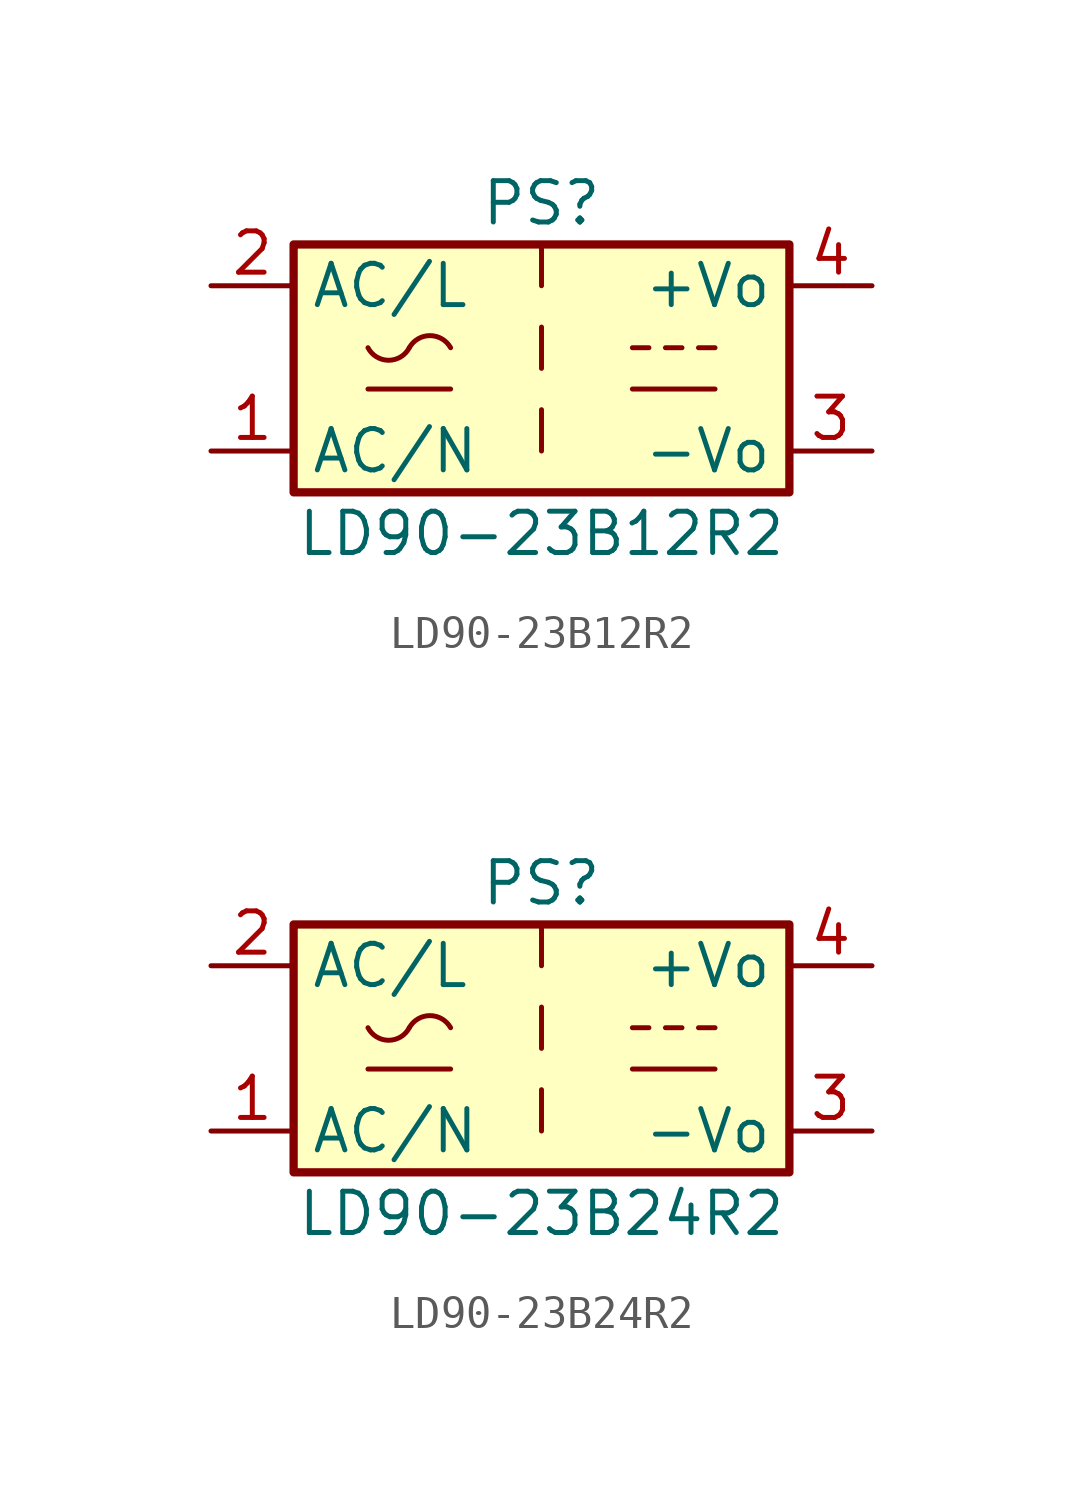
<source format=kicad_sym>
(kicad_symbol_lib
  (version 20211014)
  (generator kicad_symbol_editor)
  (symbol "LD90-23B12R2"
    (property "Reference" "PS"
      (at 0 5.08 0)
      (effects (font (size 1.27 1.27))))
    (property "Value" "LD90-23B12R2"
      (at 0 -5.08 0)
      (effects (font (size 1.27 1.27))))
    (symbol "LD90-23B12R2_0_1"
      (rectangle (start -7.62 3.81) (end 7.62 -3.81) (stroke (width 0.254) (type default) (color 0 0 0 0)) (fill (type background)))
      (arc (start -5.334 0.635) (mid -4.699 0.2495) (end -4.064 0.635) (stroke (width 0) (type default) (color 0 0 0 0)) (fill (type none)))
      (arc (start -2.794 0.635) (mid -3.429 1.0072) (end -4.064 0.635) (stroke (width 0) (type default) (color 0 0 0 0)) (fill (type none)))
      (polyline (pts (xy -5.334 -0.635) (xy -2.794 -0.635)) (stroke (width 0) (type default) (color 0 0 0 0)) (fill (type none)))
      (polyline (pts (xy 2.794 -0.635) (xy 5.334 -0.635)) (stroke (width 0) (type default) (color 0 0 0 0)) (fill (type none)))
      (polyline (pts (xy 2.794 0.635) (xy 3.302 0.635)) (stroke (width 0) (type default) (color 0 0 0 0)) (fill (type none)))
      (polyline (pts (xy 3.81 0.635) (xy 4.318 0.635)) (stroke (width 0) (type default) (color 0 0 0 0)) (fill (type none)))
      (polyline (pts (xy 4.826 0.635) (xy 5.334 0.635)) (stroke (width 0) (type default) (color 0 0 0 0)) (fill (type none))))
    (symbol "LD90-23B12R2_1_1"
      (polyline (pts (xy 0 -1.27) (xy 0 -2.54)) (stroke (width 0) (type default) (color 0 0 0 0)) (fill (type none)))
      (polyline (pts (xy 0 1.27) (xy 0 0)) (stroke (width 0) (type default) (color 0 0 0 0)) (fill (type none)))
      (polyline (pts (xy 0 3.81) (xy 0 2.54)) (stroke (width 0) (type default) (color 0 0 0 0)) (fill (type none)))
      (pin power_in line (at -10.16 -2.54 0) (length 2.54) (name "AC/N" (effects (font (size 1.27 1.27)))) (number "1" (effects (font (size 1.27 1.27)))))
      (pin power_in line (at -10.16 2.54 0) (length 2.54) (name "AC/L" (effects (font (size 1.27 1.27)))) (number "2" (effects (font (size 1.27 1.27)))))
      (pin power_out line (at 10.16 -2.54 180) (length 2.54) (name "-Vo" (effects (font (size 1.27 1.27)))) (number "3" (effects (font (size 1.27 1.27)))))
      (pin power_out line (at 10.16 2.54 180) (length 2.54) (name "+Vo" (effects (font (size 1.27 1.27)))) (number "4" (effects (font (size 1.27 1.27)))))))
  (symbol "LD90-23B24R2"
    (property "Reference" "PS"
      (at 0 5.08 0)
      (effects (font (size 1.27 1.27))))
    (property "Value" "LD90-23B24R2"
      (at 0 -5.08 0)
      (effects (font (size 1.27 1.27))))
    (symbol "LD90-23B24R2_0_1"
      (rectangle (start -7.62 3.81) (end 7.62 -3.81) (stroke (width 0.254) (type default) (color 0 0 0 0)) (fill (type background)))
      (arc (start -5.334 0.635) (mid -4.699 0.2495) (end -4.064 0.635) (stroke (width 0) (type default) (color 0 0 0 0)) (fill (type none)))
      (arc (start -2.794 0.635) (mid -3.429 1.0072) (end -4.064 0.635) (stroke (width 0) (type default) (color 0 0 0 0)) (fill (type none)))
      (polyline (pts (xy -5.334 -0.635) (xy -2.794 -0.635)) (stroke (width 0) (type default) (color 0 0 0 0)) (fill (type none)))
      (polyline (pts (xy 2.794 -0.635) (xy 5.334 -0.635)) (stroke (width 0) (type default) (color 0 0 0 0)) (fill (type none)))
      (polyline (pts (xy 2.794 0.635) (xy 3.302 0.635)) (stroke (width 0) (type default) (color 0 0 0 0)) (fill (type none)))
      (polyline (pts (xy 3.81 0.635) (xy 4.318 0.635)) (stroke (width 0) (type default) (color 0 0 0 0)) (fill (type none)))
      (polyline (pts (xy 4.826 0.635) (xy 5.334 0.635)) (stroke (width 0) (type default) (color 0 0 0 0)) (fill (type none))))
    (symbol "LD90-23B24R2_1_1"
      (polyline (pts (xy 0 -1.27) (xy 0 -2.54)) (stroke (width 0) (type default) (color 0 0 0 0)) (fill (type none)))
      (polyline (pts (xy 0 1.27) (xy 0 0)) (stroke (width 0) (type default) (color 0 0 0 0)) (fill (type none)))
      (polyline (pts (xy 0 3.81) (xy 0 2.54)) (stroke (width 0) (type default) (color 0 0 0 0)) (fill (type none)))
      (pin power_in line (at -10.16 -2.54 0) (length 2.54) (name "AC/N" (effects (font (size 1.27 1.27)))) (number "1" (effects (font (size 1.27 1.27)))))
      (pin power_in line (at -10.16 2.54 0) (length 2.54) (name "AC/L" (effects (font (size 1.27 1.27)))) (number "2" (effects (font (size 1.27 1.27)))))
      (pin power_out line (at 10.16 -2.54 180) (length 2.54) (name "-Vo" (effects (font (size 1.27 1.27)))) (number "3" (effects (font (size 1.27 1.27)))))
      (pin power_out line (at 10.16 2.54 180) (length 2.54) (name "+Vo" (effects (font (size 1.27 1.27)))) (number "4" (effects (font (size 1.27 1.27))))))))
</source>
